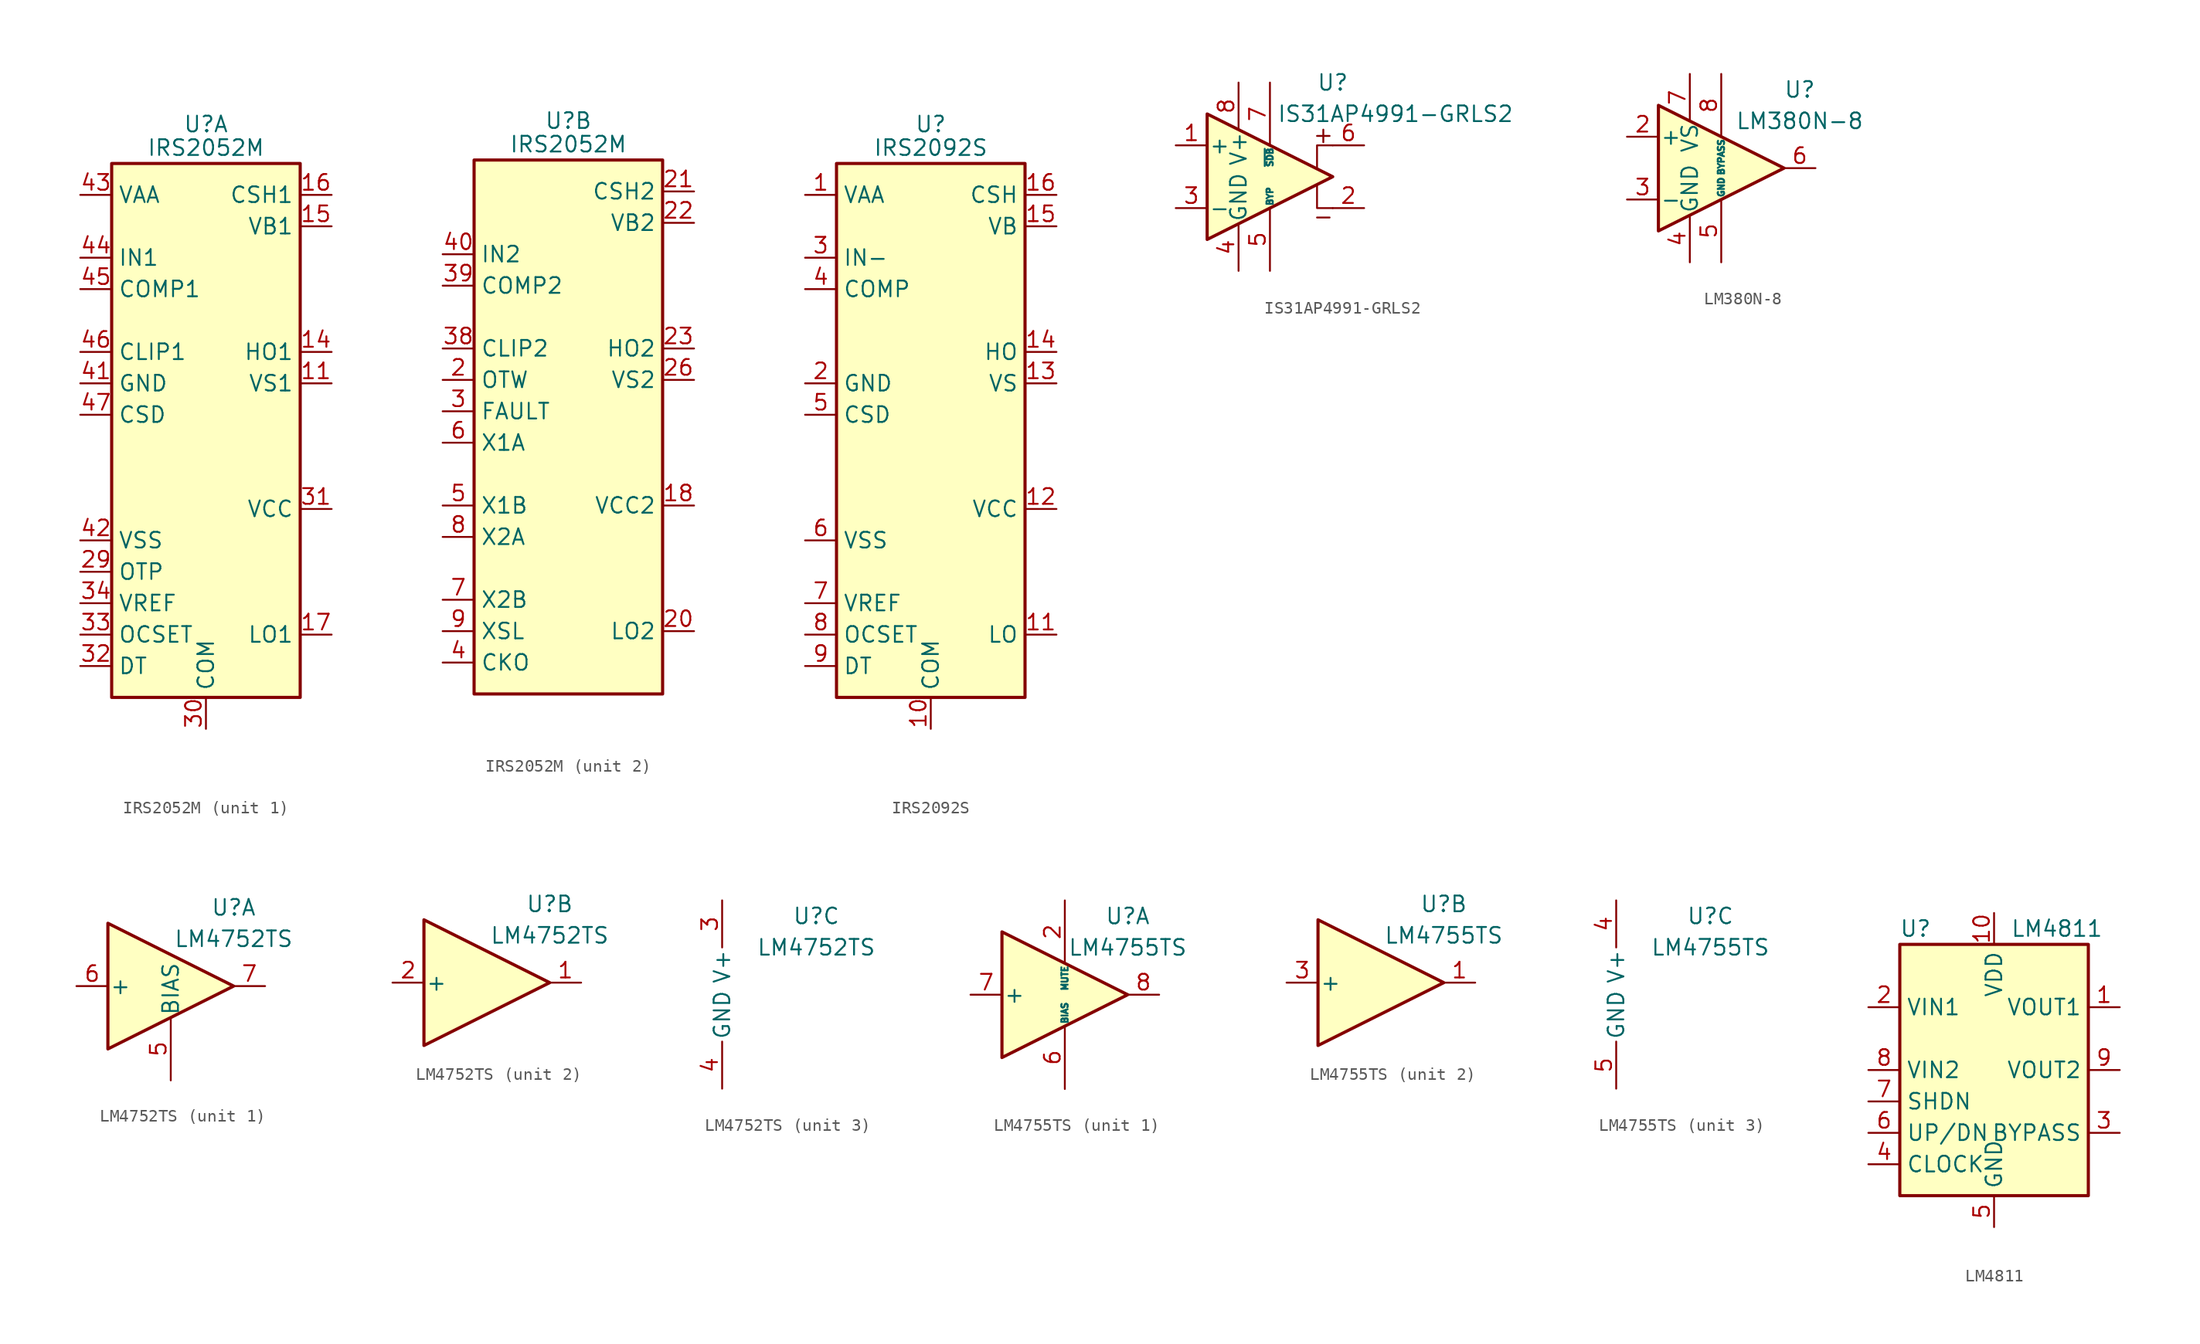
<source format=kicad_sym>
(kicad_symbol_lib
  (version 20220914)
  (generator kicad_symbol_editor)
  (symbol "IRS2052M"
    (property "Reference" "U"
      (at 0 26.035 0)
      (effects (font (size 1.27 1.27))))
    (property "Value" "IRS2052M"
      (at 0 24.13 0)
      (effects (font (size 1.27 1.27))))
    (property "ki_locked" ""
      (at 0 0 0)
      (effects (font (size 1.27 1.27))))
    (symbol "IRS2052M_0_1"
      (rectangle (start -7.62 -20.32) (end 7.62 22.86) (stroke (width 0.254) (type default)) (fill (type background))))
    (symbol "IRS2052M_1_1"
      (pin no_connect line (at -7.62 17.78 0) (length 2.54) hide (name "NC" (effects (font (size 1.27 1.27)))) (number "1" (effects (font (size 1.27 1.27)))))
      (pin no_connect line (at -7.62 10.16 0) (length 2.54) hide (name "NC" (effects (font (size 1.27 1.27)))) (number "10" (effects (font (size 1.27 1.27)))))
      (pin passive line (at 10.16 5.08 180) (length 2.54) (name "VS1" (effects (font (size 1.27 1.27)))) (number "11" (effects (font (size 1.27 1.27)))))
      (pin no_connect line (at -7.62 0 0) (length 2.54) hide (name "NC" (effects (font (size 1.27 1.27)))) (number "12" (effects (font (size 1.27 1.27)))))
      (pin no_connect line (at -7.62 -2.54 0) (length 2.54) hide (name "NC" (effects (font (size 1.27 1.27)))) (number "13" (effects (font (size 1.27 1.27)))))
      (pin output line (at 10.16 7.62 180) (length 2.54) (name "HO1" (effects (font (size 1.27 1.27)))) (number "14" (effects (font (size 1.27 1.27)))))
      (pin power_in line (at 10.16 17.78 180) (length 2.54) (name "VB1" (effects (font (size 1.27 1.27)))) (number "15" (effects (font (size 1.27 1.27)))))
      (pin passive line (at 10.16 20.32 180) (length 2.54) (name "CSH1" (effects (font (size 1.27 1.27)))) (number "16" (effects (font (size 1.27 1.27)))))
      (pin output line (at 10.16 -15.24 180) (length 2.54) (name "LO1" (effects (font (size 1.27 1.27)))) (number "17" (effects (font (size 1.27 1.27)))))
      (pin passive line (at 0 -22.86 90) (length 2.54) hide (name "COM" (effects (font (size 1.27 1.27)))) (number "19" (effects (font (size 1.27 1.27)))))
      (pin no_connect line (at -7.62 -5.08 0) (length 2.54) hide (name "NC" (effects (font (size 1.27 1.27)))) (number "24" (effects (font (size 1.27 1.27)))))
      (pin no_connect line (at 7.62 15.24 180) (length 2.54) hide (name "NC" (effects (font (size 1.27 1.27)))) (number "25" (effects (font (size 1.27 1.27)))))
      (pin no_connect line (at 7.62 12.7 180) (length 2.54) hide (name "NC" (effects (font (size 1.27 1.27)))) (number "27" (effects (font (size 1.27 1.27)))))
      (pin no_connect line (at 7.62 10.16 180) (length 2.54) hide (name "NC" (effects (font (size 1.27 1.27)))) (number "28" (effects (font (size 1.27 1.27)))))
      (pin passive line (at -10.16 -10.16 0) (length 2.54) (name "OTP" (effects (font (size 1.27 1.27)))) (number "29" (effects (font (size 1.27 1.27)))))
      (pin power_in line (at 0 -22.86 90) (length 2.54) (name "COM" (effects (font (size 1.27 1.27)))) (number "30" (effects (font (size 1.27 1.27)))))
      (pin power_in line (at 10.16 -5.08 180) (length 2.54) (name "VCC" (effects (font (size 1.27 1.27)))) (number "31" (effects (font (size 1.27 1.27)))))
      (pin passive line (at -10.16 -17.78 0) (length 2.54) (name "DT" (effects (font (size 1.27 1.27)))) (number "32" (effects (font (size 1.27 1.27)))))
      (pin passive line (at -10.16 -15.24 0) (length 2.54) (name "OCSET" (effects (font (size 1.27 1.27)))) (number "33" (effects (font (size 1.27 1.27)))))
      (pin power_out line (at -10.16 -12.7 0) (length 2.54) (name "VREF" (effects (font (size 1.27 1.27)))) (number "34" (effects (font (size 1.27 1.27)))))
      (pin no_connect line (at 7.62 2.54 180) (length 2.54) hide (name "NC" (effects (font (size 1.27 1.27)))) (number "35" (effects (font (size 1.27 1.27)))))
      (pin no_connect line (at 7.62 0 180) (length 2.54) hide (name "NC" (effects (font (size 1.27 1.27)))) (number "36" (effects (font (size 1.27 1.27)))))
      (pin no_connect line (at 7.62 -2.54 180) (length 2.54) hide (name "NC" (effects (font (size 1.27 1.27)))) (number "37" (effects (font (size 1.27 1.27)))))
      (pin power_in line (at -10.16 5.08 0) (length 2.54) (name "GND" (effects (font (size 1.27 1.27)))) (number "41" (effects (font (size 1.27 1.27)))))
      (pin power_in line (at -10.16 -7.62 0) (length 2.54) (name "VSS" (effects (font (size 1.27 1.27)))) (number "42" (effects (font (size 1.27 1.27)))))
      (pin power_in line (at -10.16 20.32 0) (length 2.54) (name "VAA" (effects (font (size 1.27 1.27)))) (number "43" (effects (font (size 1.27 1.27)))))
      (pin input line (at -10.16 15.24 0) (length 2.54) (name "IN1" (effects (font (size 1.27 1.27)))) (number "44" (effects (font (size 1.27 1.27)))))
      (pin output line (at -10.16 12.7 0) (length 2.54) (name "COMP1" (effects (font (size 1.27 1.27)))) (number "45" (effects (font (size 1.27 1.27)))))
      (pin open_collector line (at -10.16 7.62 0) (length 2.54) (name "CLIP1" (effects (font (size 1.27 1.27)))) (number "46" (effects (font (size 1.27 1.27)))))
      (pin passive line (at -10.16 2.54 0) (length 2.54) (name "CSD" (effects (font (size 1.27 1.27)))) (number "47" (effects (font (size 1.27 1.27)))))
      (pin no_connect line (at 7.62 -7.62 180) (length 2.54) hide (name "NC" (effects (font (size 1.27 1.27)))) (number "48" (effects (font (size 1.27 1.27)))))
      (pin passive line (at 0 -22.86 90) (length 2.54) hide (name "COM" (effects (font (size 1.27 1.27)))) (number "49" (effects (font (size 1.27 1.27))))))
    (symbol "IRS2052M_2_1"
      (pin power_in line (at 10.16 -5.08 180) (length 2.54) (name "VCC2" (effects (font (size 1.27 1.27)))) (number "18" (effects (font (size 1.27 1.27)))))
      (pin open_collector line (at -10.16 5.08 0) (length 2.54) (name "OTW" (effects (font (size 1.27 1.27)))) (number "2" (effects (font (size 1.27 1.27)))))
      (pin output line (at 10.16 -15.24 180) (length 2.54) (name "LO2" (effects (font (size 1.27 1.27)))) (number "20" (effects (font (size 1.27 1.27)))))
      (pin passive line (at 10.16 20.32 180) (length 2.54) (name "CSH2" (effects (font (size 1.27 1.27)))) (number "21" (effects (font (size 1.27 1.27)))))
      (pin power_in line (at 10.16 17.78 180) (length 2.54) (name "VB2" (effects (font (size 1.27 1.27)))) (number "22" (effects (font (size 1.27 1.27)))))
      (pin output line (at 10.16 7.62 180) (length 2.54) (name "HO2" (effects (font (size 1.27 1.27)))) (number "23" (effects (font (size 1.27 1.27)))))
      (pin passive line (at 10.16 5.08 180) (length 2.54) (name "VS2" (effects (font (size 1.27 1.27)))) (number "26" (effects (font (size 1.27 1.27)))))
      (pin open_collector line (at -10.16 2.54 0) (length 2.54) (name "FAULT" (effects (font (size 1.27 1.27)))) (number "3" (effects (font (size 1.27 1.27)))))
      (pin open_collector line (at -10.16 7.62 0) (length 2.54) (name "CLIP2" (effects (font (size 1.27 1.27)))) (number "38" (effects (font (size 1.27 1.27)))))
      (pin output line (at -10.16 12.7 0) (length 2.54) (name "COMP2" (effects (font (size 1.27 1.27)))) (number "39" (effects (font (size 1.27 1.27)))))
      (pin output line (at -10.16 -17.78 0) (length 2.54) (name "CKO" (effects (font (size 1.27 1.27)))) (number "4" (effects (font (size 1.27 1.27)))))
      (pin input line (at -10.16 15.24 0) (length 2.54) (name "IN2" (effects (font (size 1.27 1.27)))) (number "40" (effects (font (size 1.27 1.27)))))
      (pin output line (at -10.16 -5.08 0) (length 2.54) (name "X1B" (effects (font (size 1.27 1.27)))) (number "5" (effects (font (size 1.27 1.27)))))
      (pin input line (at -10.16 0 0) (length 2.54) (name "X1A" (effects (font (size 1.27 1.27)))) (number "6" (effects (font (size 1.27 1.27)))))
      (pin output line (at -10.16 -12.7 0) (length 2.54) (name "X2B" (effects (font (size 1.27 1.27)))) (number "7" (effects (font (size 1.27 1.27)))))
      (pin input line (at -10.16 -7.62 0) (length 2.54) (name "X2A" (effects (font (size 1.27 1.27)))) (number "8" (effects (font (size 1.27 1.27)))))
      (pin input line (at -10.16 -15.24 0) (length 2.54) (name "XSL" (effects (font (size 1.27 1.27)))) (number "9" (effects (font (size 1.27 1.27)))))))
  (symbol "IRS2092S"
    (property "Reference" "U"
      (at 0 26.035 0)
      (effects (font (size 1.27 1.27))))
    (property "Value" "IRS2092S"
      (at 0 24.13 0)
      (effects (font (size 1.27 1.27))))
    (symbol "IRS2092S_0_1"
      (rectangle (start -7.62 -20.32) (end 7.62 22.86) (stroke (width 0.254) (type default)) (fill (type background))))
    (symbol "IRS2092S_1_1"
      (pin power_in line (at -10.16 20.32 0) (length 2.54) (name "VAA" (effects (font (size 1.27 1.27)))) (number "1" (effects (font (size 1.27 1.27)))))
      (pin power_in line (at 0 -22.86 90) (length 2.54) (name "COM" (effects (font (size 1.27 1.27)))) (number "10" (effects (font (size 1.27 1.27)))))
      (pin output line (at 10.16 -15.24 180) (length 2.54) (name "LO" (effects (font (size 1.27 1.27)))) (number "11" (effects (font (size 1.27 1.27)))))
      (pin power_in line (at 10.16 -5.08 180) (length 2.54) (name "VCC" (effects (font (size 1.27 1.27)))) (number "12" (effects (font (size 1.27 1.27)))))
      (pin passive line (at 10.16 5.08 180) (length 2.54) (name "VS" (effects (font (size 1.27 1.27)))) (number "13" (effects (font (size 1.27 1.27)))))
      (pin output line (at 10.16 7.62 180) (length 2.54) (name "HO" (effects (font (size 1.27 1.27)))) (number "14" (effects (font (size 1.27 1.27)))))
      (pin power_in line (at 10.16 17.78 180) (length 2.54) (name "VB" (effects (font (size 1.27 1.27)))) (number "15" (effects (font (size 1.27 1.27)))))
      (pin passive line (at 10.16 20.32 180) (length 2.54) (name "CSH" (effects (font (size 1.27 1.27)))) (number "16" (effects (font (size 1.27 1.27)))))
      (pin power_in line (at -10.16 5.08 0) (length 2.54) (name "GND" (effects (font (size 1.27 1.27)))) (number "2" (effects (font (size 1.27 1.27)))))
      (pin input line (at -10.16 15.24 0) (length 2.54) (name "IN-" (effects (font (size 1.27 1.27)))) (number "3" (effects (font (size 1.27 1.27)))))
      (pin output line (at -10.16 12.7 0) (length 2.54) (name "COMP" (effects (font (size 1.27 1.27)))) (number "4" (effects (font (size 1.27 1.27)))))
      (pin passive line (at -10.16 2.54 0) (length 2.54) (name "CSD" (effects (font (size 1.27 1.27)))) (number "5" (effects (font (size 1.27 1.27)))))
      (pin power_in line (at -10.16 -7.62 0) (length 2.54) (name "VSS" (effects (font (size 1.27 1.27)))) (number "6" (effects (font (size 1.27 1.27)))))
      (pin power_out line (at -10.16 -12.7 0) (length 2.54) (name "VREF" (effects (font (size 1.27 1.27)))) (number "7" (effects (font (size 1.27 1.27)))))
      (pin passive line (at -10.16 -15.24 0) (length 2.54) (name "OCSET" (effects (font (size 1.27 1.27)))) (number "8" (effects (font (size 1.27 1.27)))))
      (pin passive line (at -10.16 -17.78 0) (length 2.54) (name "DT" (effects (font (size 1.27 1.27)))) (number "9" (effects (font (size 1.27 1.27)))))))
  (symbol "IS31AP4991-GRLS2"
    (pin_names
      (offset 0.127))
    (property "Reference" "U"
      (at 5.08 7.62 0)
      (effects (font (size 1.27 1.27))))
    (property "Value" "IS31AP4991-GRLS2"
      (at 10.16 5.08 0)
      (effects (font (size 1.27 1.27))))
    (symbol "IS31AP4991-GRLS2_0_1"
      (polyline (pts (xy 3.81 -3.302) (xy 4.826 -3.302)) (stroke (width 0) (type default)) (fill (type none)))
      (polyline (pts (xy 4.318 3.81) (xy 4.318 2.794)) (stroke (width 0) (type default)) (fill (type none)))
      (polyline (pts (xy 4.826 3.302) (xy 3.81 3.302)) (stroke (width 0) (type default)) (fill (type none))))
    (symbol "IS31AP4991-GRLS2_1_1"
      (polyline (pts (xy 3.81 -0.635) (xy 3.81 -2.54) (xy 5.08 -2.54)) (stroke (width 0) (type default)) (fill (type none)))
      (polyline (pts (xy 5.08 2.54) (xy 3.81 2.54) (xy 3.81 0.635)) (stroke (width 0) (type default)) (fill (type none)))
      (polyline (pts (xy -5.08 5.08) (xy 5.08 0) (xy -5.08 -5.08) (xy -5.08 5.08)) (stroke (width 0.254) (type default)) (fill (type background)))
      (pin input line (at -7.62 2.54 0) (length 2.54) (name "+" (effects (font (size 1.27 1.27)))) (number "1" (effects (font (size 1.27 1.27)))))
      (pin output line (at 7.62 -2.54 180) (length 2.54) (name "~" (effects (font (size 1.27 1.27)))) (number "2" (effects (font (size 1.27 1.27)))))
      (pin input line (at -7.62 -2.54 0) (length 2.54) (name "-" (effects (font (size 1.27 1.27)))) (number "3" (effects (font (size 1.27 1.27)))))
      (pin power_in line (at -2.54 -7.62 90) (length 3.81) (name "GND" (effects (font (size 1.27 1.27)))) (number "4" (effects (font (size 1.27 1.27)))))
      (pin passive line (at 0 -7.62 90) (length 5.08) (name "BYP" (effects (font (size 0.508 0.508)))) (number "5" (effects (font (size 1.27 1.27)))))
      (pin output line (at 7.62 2.54 180) (length 2.54) (name "~" (effects (font (size 1.27 1.27)))) (number "6" (effects (font (size 1.27 1.27)))))
      (pin input line (at 0 7.62 270) (length 5.08) (name "~{SDB}" (effects (font (size 0.508 0.508)))) (number "7" (effects (font (size 1.27 1.27)))))
      (pin power_in line (at -2.54 7.62 270) (length 3.81) (name "V+" (effects (font (size 1.27 1.27)))) (number "8" (effects (font (size 1.27 1.27)))))))
  (symbol "LM380N-8"
    (pin_names
      (offset 0.127))
    (property "Reference" "U"
      (at 6.35 6.35 0)
      (effects (font (size 1.27 1.27))))
    (property "Value" "LM380N-8"
      (at 6.35 3.81 0)
      (effects (font (size 1.27 1.27))))
    (symbol "LM380N-8_0_1"
      (polyline (pts (xy -5.08 5.08) (xy 5.08 0) (xy -5.08 -5.08) (xy -5.08 5.08)) (stroke (width 0.254) (type default)) (fill (type background))))
    (symbol "LM380N-8_1_1"
      (pin no_connect line (at 0 2.54 270) (length 2.54) hide (name "NC" (effects (font (size 1.27 1.27)))) (number "1" (effects (font (size 1.27 1.27)))))
      (pin input line (at -7.62 2.54 0) (length 2.54) (name "+" (effects (font (size 1.27 1.27)))) (number "2" (effects (font (size 1.27 1.27)))))
      (pin input line (at -7.62 -2.54 0) (length 2.54) (name "-" (effects (font (size 1.27 1.27)))) (number "3" (effects (font (size 1.27 1.27)))))
      (pin power_in line (at -2.54 -7.62 90) (length 3.81) (name "GND" (effects (font (size 1.27 1.27)))) (number "4" (effects (font (size 1.27 1.27)))))
      (pin power_in line (at 0 -7.62 90) (length 5.08) (name "GND" (effects (font (size 0.508 0.508)))) (number "5" (effects (font (size 1.27 1.27)))))
      (pin output line (at 7.62 0 180) (length 2.54) (name "~" (effects (font (size 1.27 1.27)))) (number "6" (effects (font (size 1.27 1.27)))))
      (pin power_in line (at -2.54 7.62 270) (length 3.81) (name "VS" (effects (font (size 1.27 1.27)))) (number "7" (effects (font (size 1.27 1.27)))))
      (pin passive line (at 0 7.62 270) (length 5.08) (name "BYPASS" (effects (font (size 0.508 0.508)))) (number "8" (effects (font (size 1.27 1.27)))))))
  (symbol "LM4752TS"
    (pin_names
      (offset 0.127))
    (property "Reference" "U"
      (at 5.08 6.35 0)
      (effects (font (size 1.27 1.27))))
    (property "Value" "LM4752TS"
      (at 5.08 3.81 0)
      (effects (font (size 1.27 1.27))))
    (property "ki_locked" ""
      (at 0 0 0)
      (effects (font (size 1.27 1.27))))
    (symbol "LM4752TS_1_1"
      (polyline (pts (xy -5.08 5.08) (xy 5.08 0) (xy -5.08 -5.08) (xy -5.08 5.08)) (stroke (width 0.254) (type default)) (fill (type background)))
      (pin input line (at 0 -7.62 90) (length 5.08) (name "BIAS" (effects (font (size 1.27 1.27)))) (number "5" (effects (font (size 1.27 1.27)))))
      (pin input line (at -7.62 0 0) (length 2.54) (name "+" (effects (font (size 1.27 1.27)))) (number "6" (effects (font (size 1.27 1.27)))))
      (pin output line (at 7.62 0 180) (length 2.54) (name "~" (effects (font (size 1.27 1.27)))) (number "7" (effects (font (size 1.27 1.27))))))
    (symbol "LM4752TS_2_1"
      (polyline (pts (xy -5.08 5.08) (xy 5.08 0) (xy -5.08 -5.08) (xy -5.08 5.08)) (stroke (width 0.254) (type default)) (fill (type background)))
      (pin output line (at 7.62 0 180) (length 2.54) (name "~" (effects (font (size 1.27 1.27)))) (number "1" (effects (font (size 1.27 1.27)))))
      (pin input line (at -7.62 0 0) (length 2.54) (name "+" (effects (font (size 1.27 1.27)))) (number "2" (effects (font (size 1.27 1.27))))))
    (symbol "LM4752TS_3_1"
      (pin power_in line (at -2.54 7.62 270) (length 3.81) (name "V+" (effects (font (size 1.27 1.27)))) (number "3" (effects (font (size 1.27 1.27)))))
      (pin power_in line (at -2.54 -7.62 90) (length 3.81) (name "GND" (effects (font (size 1.27 1.27)))) (number "4" (effects (font (size 1.27 1.27)))))))
  (symbol "LM4755TS"
    (pin_names
      (offset 0.127))
    (property "Reference" "U"
      (at 5.08 6.35 0)
      (effects (font (size 1.27 1.27))))
    (property "Value" "LM4755TS"
      (at 5.08 3.81 0)
      (effects (font (size 1.27 1.27))))
    (property "ki_locked" ""
      (at 0 0 0)
      (effects (font (size 1.27 1.27))))
    (symbol "LM4755TS_1_1"
      (polyline (pts (xy -5.08 5.08) (xy 5.08 0) (xy -5.08 -5.08) (xy -5.08 5.08)) (stroke (width 0.254) (type default)) (fill (type background)))
      (pin input line (at 0 7.62 270) (length 5.08) (name "MUTE" (effects (font (size 0.508 0.508)))) (number "2" (effects (font (size 1.27 1.27)))))
      (pin input line (at 0 -7.62 90) (length 5.08) (name "BIAS" (effects (font (size 0.508 0.508)))) (number "6" (effects (font (size 1.27 1.27)))))
      (pin input line (at -7.62 0 0) (length 2.54) (name "+" (effects (font (size 1.27 1.27)))) (number "7" (effects (font (size 1.27 1.27)))))
      (pin output line (at 7.62 0 180) (length 2.54) (name "~" (effects (font (size 1.27 1.27)))) (number "8" (effects (font (size 1.27 1.27)))))
      (pin no_connect line (at 0 2.54 270) (length 2.54) hide (name "NC" (effects (font (size 1.27 1.27)))) (number "9" (effects (font (size 1.27 1.27))))))
    (symbol "LM4755TS_2_1"
      (polyline (pts (xy -5.08 5.08) (xy 5.08 0) (xy -5.08 -5.08) (xy -5.08 5.08)) (stroke (width 0.254) (type default)) (fill (type background)))
      (pin output line (at 7.62 0 180) (length 2.54) (name "~" (effects (font (size 1.27 1.27)))) (number "1" (effects (font (size 1.27 1.27)))))
      (pin input line (at -7.62 0 0) (length 2.54) (name "+" (effects (font (size 1.27 1.27)))) (number "3" (effects (font (size 1.27 1.27))))))
    (symbol "LM4755TS_3_1"
      (pin power_in line (at -2.54 7.62 270) (length 3.81) (name "V+" (effects (font (size 1.27 1.27)))) (number "4" (effects (font (size 1.27 1.27)))))
      (pin power_in line (at -2.54 -7.62 90) (length 3.81) (name "GND" (effects (font (size 1.27 1.27)))) (number "5" (effects (font (size 1.27 1.27)))))))
  (symbol "LM4811"
    (property "Reference" "U"
      (at -6.35 11.43 0)
      (effects (font (size 1.27 1.27))))
    (property "Value" "LM4811"
      (at 5.08 11.43 0)
      (effects (font (size 1.27 1.27))))
    (symbol "LM4811_0_1"
      (rectangle (start -7.62 10.16) (end 7.62 -10.16) (stroke (width 0.254) (type default)) (fill (type background))))
    (symbol "LM4811_1_1"
      (pin output line (at 10.16 5.08 180) (length 2.54) (name "VOUT1" (effects (font (size 1.27 1.27)))) (number "1" (effects (font (size 1.27 1.27)))))
      (pin power_in line (at 0 12.7 270) (length 2.54) (name "VDD" (effects (font (size 1.27 1.27)))) (number "10" (effects (font (size 1.27 1.27)))))
      (pin input line (at -10.16 5.08 0) (length 2.54) (name "VIN1" (effects (font (size 1.27 1.27)))) (number "2" (effects (font (size 1.27 1.27)))))
      (pin passive line (at 10.16 -5.08 180) (length 2.54) (name "BYPASS" (effects (font (size 1.27 1.27)))) (number "3" (effects (font (size 1.27 1.27)))))
      (pin input line (at -10.16 -7.62 0) (length 2.54) (name "CLOCK" (effects (font (size 1.27 1.27)))) (number "4" (effects (font (size 1.27 1.27)))))
      (pin power_in line (at 0 -12.7 90) (length 2.54) (name "GND" (effects (font (size 1.27 1.27)))) (number "5" (effects (font (size 1.27 1.27)))))
      (pin input line (at -10.16 -5.08 0) (length 2.54) (name "UP/DN" (effects (font (size 1.27 1.27)))) (number "6" (effects (font (size 1.27 1.27)))))
      (pin input line (at -10.16 -2.54 0) (length 2.54) (name "SHDN" (effects (font (size 1.27 1.27)))) (number "7" (effects (font (size 1.27 1.27)))))
      (pin input line (at -10.16 0 0) (length 2.54) (name "VIN2" (effects (font (size 1.27 1.27)))) (number "8" (effects (font (size 1.27 1.27)))))
      (pin output line (at 10.16 0 180) (length 2.54) (name "VOUT2" (effects (font (size 1.27 1.27)))) (number "9" (effects (font (size 1.27 1.27))))))))
</source>
